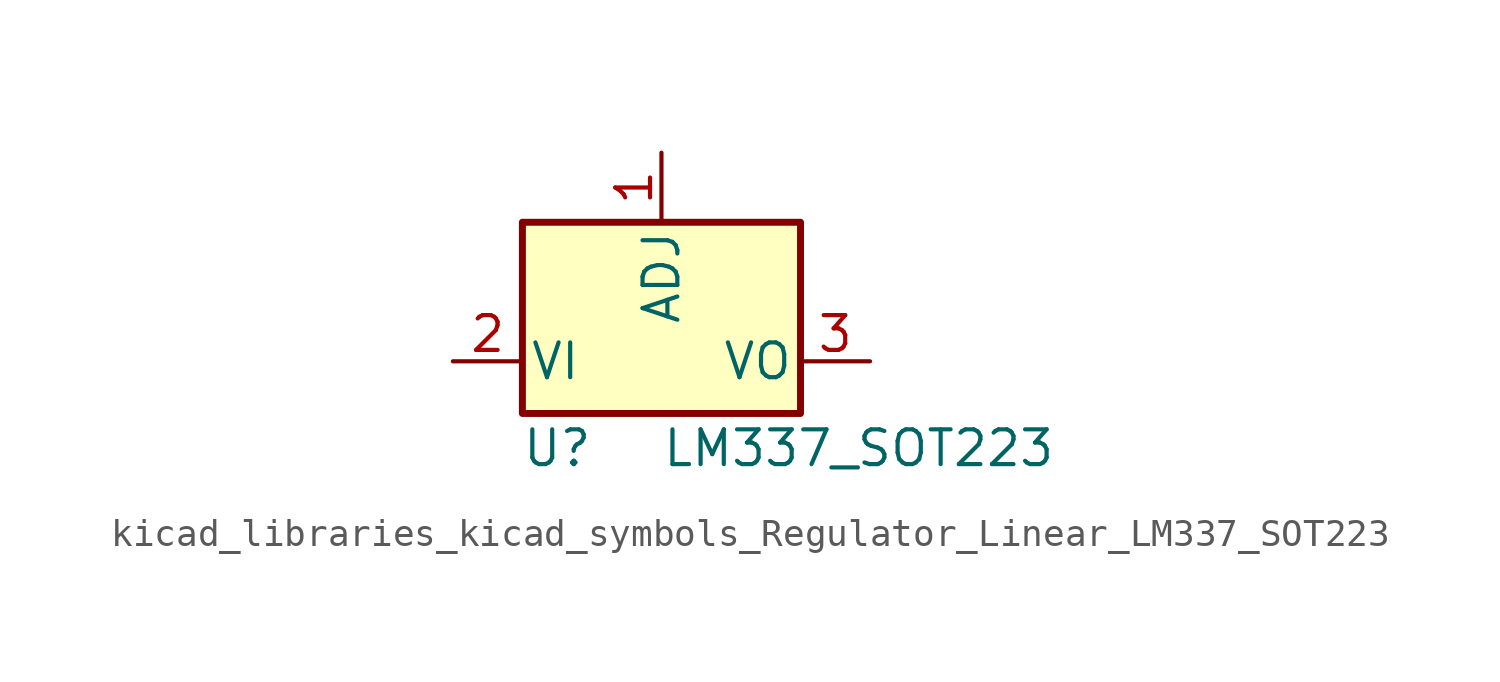
<source format=kicad_sym>
(kicad_symbol_lib
  (version 20220914)
  (generator kicad_symbol_editor)
  (symbol "kicad_libraries_kicad_symbols_Regulator_Linear_LM337_SOT223"
    (pin_names
      (offset 0.254))
    (property "Reference" "U"
      (at -3.81 -3.175 0)
      (effects (font (size 1.27 1.27))))
    (property "Value" "LM337_SOT223"
      (at 0 -3.175 0)
      (effects (font (size 1.27 1.27)) (justify left)))
    (symbol "kicad_libraries_kicad_symbols_Regulator_Linear_LM337_SOT223_0_1"
      (rectangle (start -5.08 5.08) (end 5.08 -1.905) (stroke (width 0.254) (type default)) (fill (type background))))
    (symbol "kicad_libraries_kicad_symbols_Regulator_Linear_LM337_SOT223_1_1"
      (pin input line (at 0 7.62 270) (length 2.54) (name "ADJ" (effects (font (size 1.27 1.27)))) (number "1" (effects (font (size 1.27 1.27)))))
      (pin power_in line (at -7.62 0 0) (length 2.54) (name "VI" (effects (font (size 1.27 1.27)))) (number "2" (effects (font (size 1.27 1.27)))))
      (pin power_out line (at 7.62 0 180) (length 2.54) (name "VO" (effects (font (size 1.27 1.27)))) (number "3" (effects (font (size 1.27 1.27))))))))
</source>
